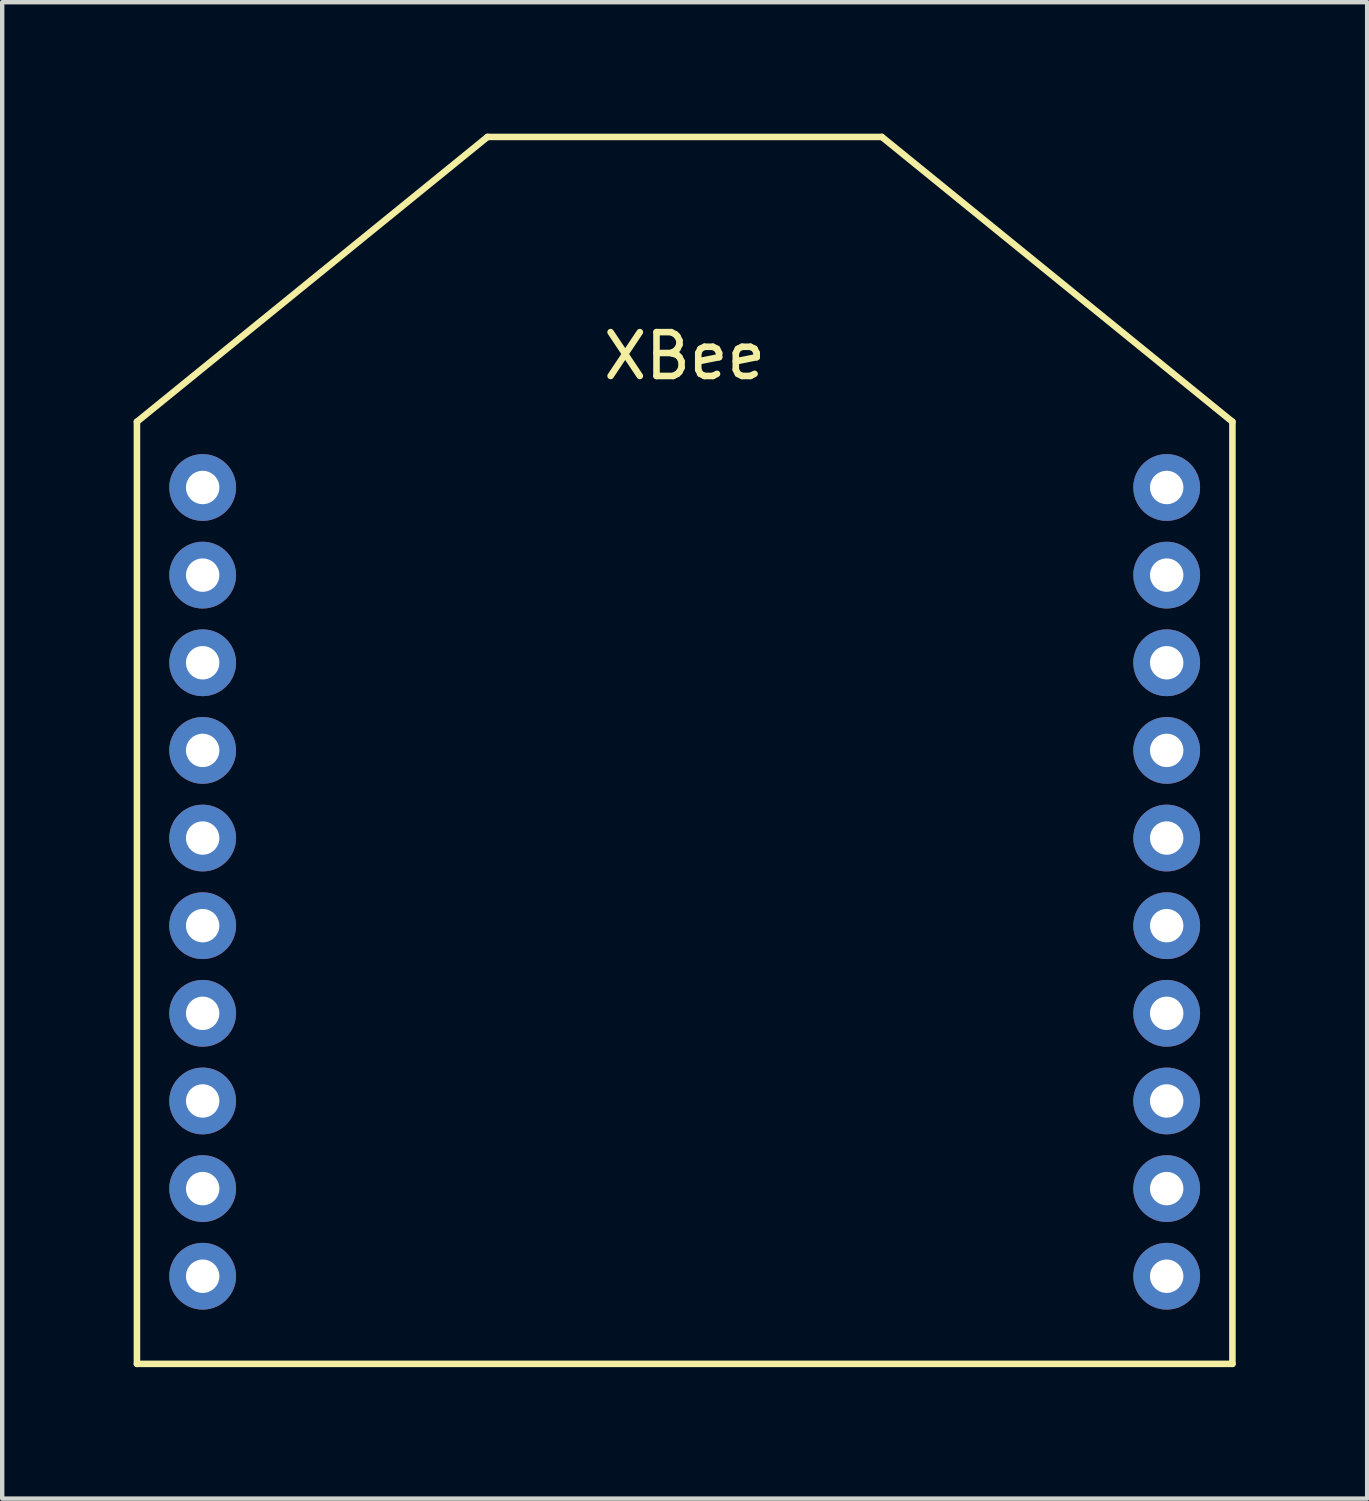
<source format=kicad_pcb>
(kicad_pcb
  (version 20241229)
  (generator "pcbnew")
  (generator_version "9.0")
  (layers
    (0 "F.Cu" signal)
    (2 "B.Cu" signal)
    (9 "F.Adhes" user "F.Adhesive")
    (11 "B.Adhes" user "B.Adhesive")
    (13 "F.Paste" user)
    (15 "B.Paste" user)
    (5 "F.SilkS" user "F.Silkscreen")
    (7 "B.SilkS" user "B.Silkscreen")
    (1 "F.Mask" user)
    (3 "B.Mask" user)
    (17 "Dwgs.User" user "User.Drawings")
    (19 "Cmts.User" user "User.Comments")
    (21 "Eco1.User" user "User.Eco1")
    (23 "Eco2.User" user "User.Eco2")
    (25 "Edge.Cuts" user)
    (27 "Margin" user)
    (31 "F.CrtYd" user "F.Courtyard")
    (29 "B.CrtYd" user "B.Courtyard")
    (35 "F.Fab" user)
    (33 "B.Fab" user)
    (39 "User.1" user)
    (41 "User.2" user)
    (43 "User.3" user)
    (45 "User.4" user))
  (footprint "XBee"
    (layer "F.Cu")
    (at 12.575 8.075)
    (property "Reference" "XBee" (at 0 -3 0) (layer "F.SilkS") (effects (font (size 1 1) (thickness 0.15))))
    (attr through_hole)
    (fp_line (start -12.5 -1.5) (end -4.5 -8) (stroke (width 0.15) (type solid)) (layer "F.SilkS"))
    (fp_line (start -12.5 20) (end -12.5 -1.5) (stroke (width 0.15) (type solid)) (layer "F.SilkS"))
    (fp_line (start -4.5 -8) (end 4.5 -8) (stroke (width 0.15) (type solid)) (layer "F.SilkS"))
    (fp_line (start 4.5 -8) (end 12.5 -1.5) (stroke (width 0.15) (type solid)) (layer "F.SilkS"))
    (fp_line (start 12.5 -1.5) (end 12.5 20) (stroke (width 0.15) (type solid)) (layer "F.SilkS"))
    (fp_line (start 12.5 20) (end -12.5 20) (stroke (width 0.15) (type solid)) (layer "F.SilkS"))
    (pad "1" thru_hole circle (at -11 0) (size 1.524 1.524) (drill 0.762) (layers "*.Cu" "*.Mask"))
    (pad "2" thru_hole circle (at -11 2) (size 1.524 1.524) (drill 0.762) (layers "*.Cu" "*.Mask"))
    (pad "3" thru_hole circle (at -11 4) (size 1.524 1.524) (drill 0.762) (layers "*.Cu" "*.Mask"))
    (pad "4" thru_hole circle (at -11 6) (size 1.524 1.524) (drill 0.762) (layers "*.Cu" "*.Mask"))
    (pad "5" thru_hole circle (at -11 8) (size 1.524 1.524) (drill 0.762) (layers "*.Cu" "*.Mask"))
    (pad "6" thru_hole circle (at -11 10) (size 1.524 1.524) (drill 0.762) (layers "*.Cu" "*.Mask"))
    (pad "7" thru_hole circle (at -11 12) (size 1.524 1.524) (drill 0.762) (layers "*.Cu" "*.Mask"))
    (pad "8" thru_hole circle (at -11 14) (size 1.524 1.524) (drill 0.762) (layers "*.Cu" "*.Mask"))
    (pad "9" thru_hole circle (at -11 16) (size 1.524 1.524) (drill 0.762) (layers "*.Cu" "*.Mask"))
    (pad "10" thru_hole circle (at -11 18) (size 1.524 1.524) (drill 0.762) (layers "*.Cu" "*.Mask"))
    (pad "11" thru_hole circle (at 11 18) (size 1.524 1.524) (drill 0.762) (layers "*.Cu" "*.Mask"))
    (pad "12" thru_hole circle (at 11 16) (size 1.524 1.524) (drill 0.762) (layers "*.Cu" "*.Mask"))
    (pad "13" thru_hole circle (at 11 14) (size 1.524 1.524) (drill 0.762) (layers "*.Cu" "*.Mask"))
    (pad "14" thru_hole circle (at 11 12) (size 1.524 1.524) (drill 0.762) (layers "*.Cu" "*.Mask"))
    (pad "15" thru_hole circle (at 11 10) (size 1.524 1.524) (drill 0.762) (layers "*.Cu" "*.Mask"))
    (pad "16" thru_hole circle (at 11 8) (size 1.524 1.524) (drill 0.762) (layers "*.Cu" "*.Mask"))
    (pad "17" thru_hole circle (at 11 6) (size 1.524 1.524) (drill 0.762) (layers "*.Cu" "*.Mask"))
    (pad "18" thru_hole circle (at 11 4) (size 1.524 1.524) (drill 0.762) (layers "*.Cu" "*.Mask"))
    (pad "19" thru_hole circle (at 11 2) (size 1.524 1.524) (drill 0.762) (layers "*.Cu" "*.Mask"))
    (pad "20" thru_hole circle (at 11 0) (size 1.524 1.524) (drill 0.762) (layers "*.Cu" "*.Mask")))
  (gr_rect
    (start -3 -3)
    (end 28.15 31.15)
    (stroke (width 0.1) (type default))
    (fill no)
    (layer "Edge.Cuts")))
</source>
